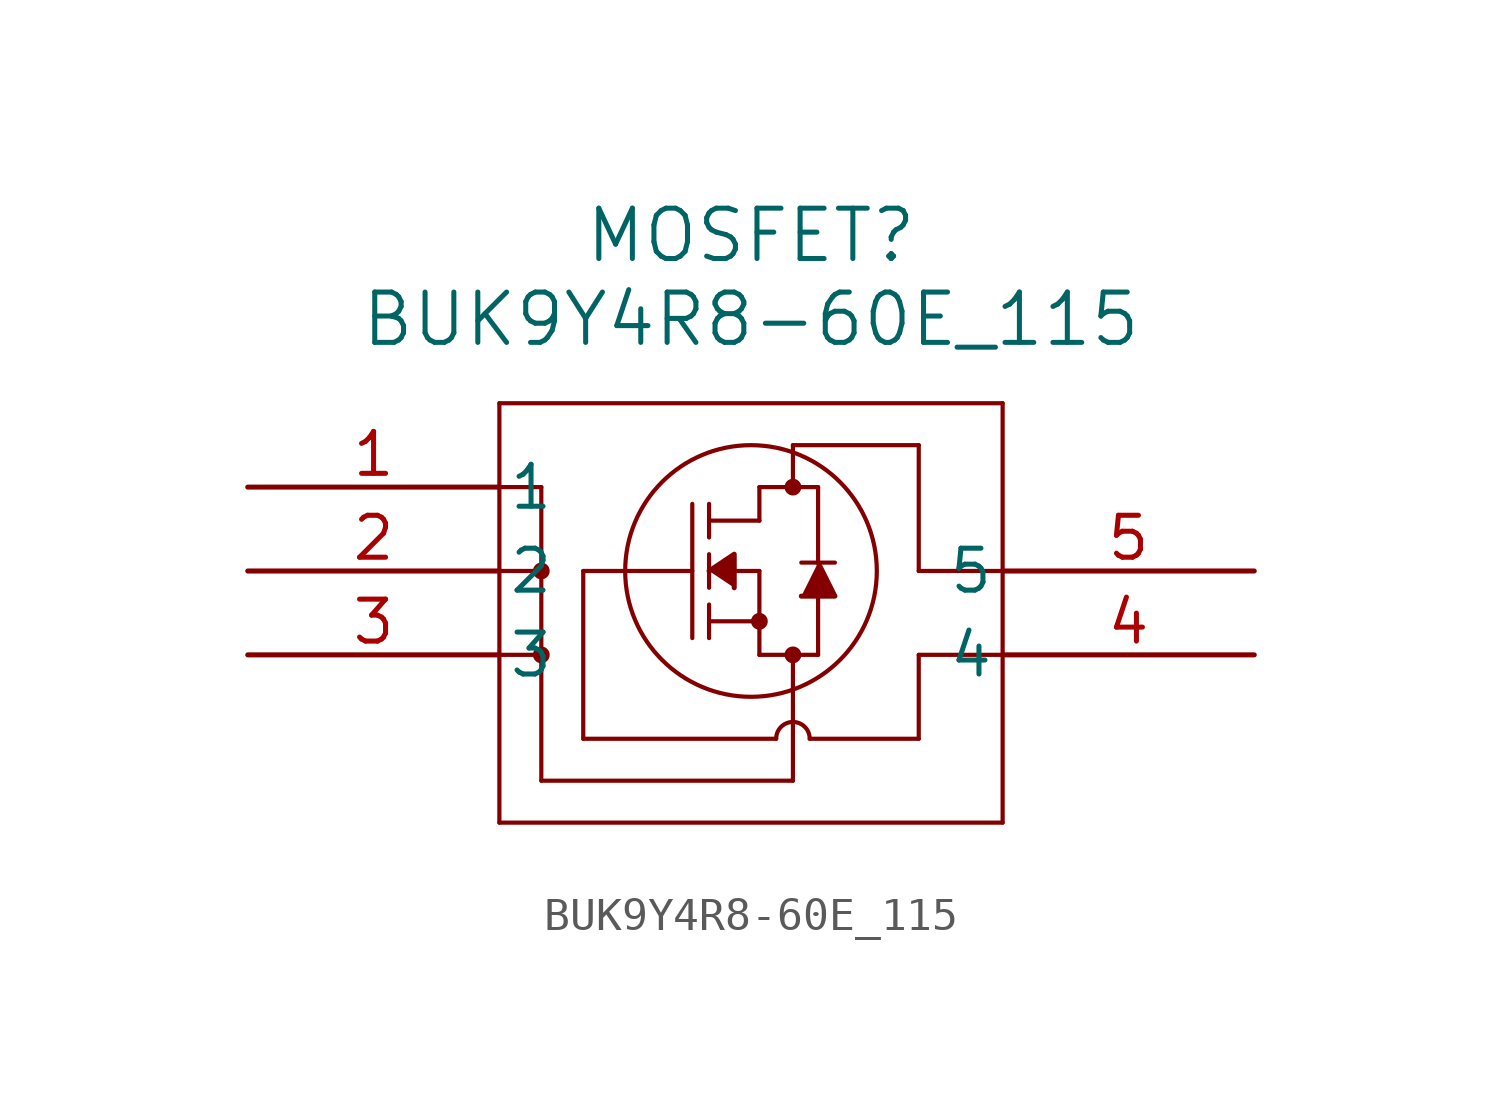
<source format=kicad_sym>
(kicad_symbol_lib
  (version 20211014)
  (generator kicad_symbol_editor)
  (symbol "BUK9Y4R8-60E_115"
    (pin_names
      (offset 0.254))
    (property "Reference" "MOSFET"
      (at 15.24 7.62 0)
      (effects (font (size 1.524 1.524))))
    (property "Value" "BUK9Y4R8-60E_115"
      (at 15.24 5.08 0)
      (effects (font (size 1.524 1.524))))
    (symbol "BUK9Y4R8-60E_115_0_1"
      (polyline (pts (xy 7.62 2.54) (xy 7.62 -10.16)) (stroke (width 0.127) (type default) (color 0 0 0 0)) (fill (type none)))
      (polyline (pts (xy 7.62 -10.16) (xy 22.86 -10.16)) (stroke (width 0.127) (type default) (color 0 0 0 0)) (fill (type none)))
      (polyline (pts (xy 22.86 -10.16) (xy 22.86 2.54)) (stroke (width 0.127) (type default) (color 0 0 0 0)) (fill (type none)))
      (polyline (pts (xy 22.86 2.54) (xy 7.62 2.54)) (stroke (width 0.127) (type default) (color 0 0 0 0)) (fill (type none)))
      (circle (center 15.24 -2.54) (radius 3.81) (stroke (width 0.127) (type default) (color 0 0 0 0)) (fill (type none)))
      (polyline (pts (xy 13.462 -0.508) (xy 13.462 -4.572)) (stroke (width 0.127) (type default) (color 0 0 0 0)) (fill (type none)))
      (polyline (pts (xy 13.97 -0.508) (xy 13.97 -1.524)) (stroke (width 0.127) (type default) (color 0 0 0 0)) (fill (type none)))
      (polyline (pts (xy 13.97 -2.032) (xy 13.97 -3.048)) (stroke (width 0.127) (type default) (color 0 0 0 0)) (fill (type none)))
      (polyline (pts (xy 13.97 -3.556) (xy 13.97 -4.572)) (stroke (width 0.127) (type default) (color 0 0 0 0)) (fill (type none)))
      (polyline (pts (xy 15.494 -2.54) (xy 14.732 -2.54)) (stroke (width 0.127) (type default) (color 0 0 0 0)) (fill (type none)))
      (polyline (pts (xy 13.97 -4.064) (xy 15.494 -4.064)) (stroke (width 0.127) (type default) (color 0 0 0 0)) (fill (type none)))
      (polyline (pts (xy 15.494 -2.54) (xy 15.494 -5.08)) (stroke (width 0.127) (type default) (color 0 0 0 0)) (fill (type none)))
      (polyline (pts (xy 15.494 -5.08) (xy 17.272 -5.08)) (stroke (width 0.127) (type default) (color 0 0 0 0)) (fill (type none)))
      (polyline (pts (xy 17.272 -5.08) (xy 17.272 -3.302)) (stroke (width 0.127) (type default) (color 0 0 0 0)) (fill (type none)))
      (polyline (pts (xy 17.78 -2.286) (xy 16.764 -2.286)) (stroke (width 0.127) (type default) (color 0 0 0 0)) (fill (type none)))
      (polyline (pts (xy 13.97 -1.016) (xy 15.494 -1.016)) (stroke (width 0.127) (type default) (color 0 0 0 0)) (fill (type none)))
      (polyline (pts (xy 15.494 0) (xy 15.494 -1.016)) (stroke (width 0.127) (type default) (color 0 0 0 0)) (fill (type none)))
      (polyline (pts (xy 15.494 0) (xy 17.272 0)) (stroke (width 0.127) (type default) (color 0 0 0 0)) (fill (type none)))
      (polyline (pts (xy 17.272 0) (xy 17.272 -2.286)) (stroke (width 0.127) (type default) (color 0 0 0 0)) (fill (type none)))
      (circle (center 16.51 0) (radius 0.127) (stroke (width 0.254) (type default) (color 0 0 0 0)) (fill (type none)))
      (circle (center 15.494 -4.064) (radius 0.127) (stroke (width 0.254) (type default) (color 0 0 0 0)) (fill (type none)))
      (circle (center 16.51 -5.08) (radius 0.127) (stroke (width 0.254) (type default) (color 0 0 0 0)) (fill (type none)))
      (polyline (pts (xy 16.51 1.27) (xy 16.51 0)) (stroke (width 0.127) (type default) (color 0 0 0 0)) (fill (type none)))
      (polyline (pts (xy 16.51 1.27) (xy 20.32 1.27)) (stroke (width 0.127) (type default) (color 0 0 0 0)) (fill (type none)))
      (polyline (pts (xy 20.32 1.27) (xy 20.32 -2.54)) (stroke (width 0.127) (type default) (color 0 0 0 0)) (fill (type none)))
      (polyline (pts (xy 22.86 -2.54) (xy 20.32 -2.54)) (stroke (width 0.127) (type default) (color 0 0 0 0)) (fill (type none)))
      (polyline (pts (xy 22.86 -5.08) (xy 20.32 -5.08)) (stroke (width 0.127) (type default) (color 0 0 0 0)) (fill (type none)))
      (polyline (pts (xy 20.32 -5.08) (xy 20.32 -7.62)) (stroke (width 0.127) (type default) (color 0 0 0 0)) (fill (type none)))
      (polyline (pts (xy 16.002 -7.62) (xy 10.16 -7.62)) (stroke (width 0.127) (type default) (color 0 0 0 0)) (fill (type none)))
      (polyline (pts (xy 10.16 -7.62) (xy 10.16 -2.54)) (stroke (width 0.127) (type default) (color 0 0 0 0)) (fill (type none)))
      (polyline (pts (xy 13.462 -2.54) (xy 10.16 -2.54)) (stroke (width 0.127) (type default) (color 0 0 0 0)) (fill (type none)))
      (polyline (pts (xy 16.51 -8.89) (xy 16.51 -5.08)) (stroke (width 0.127) (type default) (color 0 0 0 0)) (fill (type none)))
      (polyline (pts (xy 17.018 -7.62) (xy 20.32 -7.62)) (stroke (width 0.127) (type default) (color 0 0 0 0)) (fill (type none)))
      (polyline (pts (xy 7.62 0) (xy 8.89 0)) (stroke (width 0.127) (type default) (color 0 0 0 0)) (fill (type none)))
      (polyline (pts (xy 7.62 -2.54) (xy 8.89 -2.54)) (stroke (width 0.127) (type default) (color 0 0 0 0)) (fill (type none)))
      (polyline (pts (xy 7.62 -5.08) (xy 8.89 -5.08)) (stroke (width 0.127) (type default) (color 0 0 0 0)) (fill (type none)))
      (polyline (pts (xy 8.89 0) (xy 8.89 -8.89)) (stroke (width 0.127) (type default) (color 0 0 0 0)) (fill (type none)))
      (polyline (pts (xy 8.89 -8.89) (xy 16.51 -8.89)) (stroke (width 0.127) (type default) (color 0 0 0 0)) (fill (type none)))
      (arc (start 17.018 -7.62) (mid 16.51 -7.112) (end 16.002 -7.62) (stroke (width 0.127) (type default) (color 0 0 0 0)) (fill (type none)))
      (polyline (pts (xy 17.272 -2.286) (xy 17.78 -3.302) (xy 16.764 -3.302)) (stroke (width 0) (type default) (color 0 0 0 0)) (fill (type outline)))
      (polyline (pts (xy 13.97 -2.54) (xy 14.732 -2.032) (xy 14.732 -3.048)) (stroke (width 0) (type default) (color 0 0 0 0)) (fill (type outline)))
      (circle (center 8.89 -2.54) (radius 0.127) (stroke (width 0.254) (type default) (color 0 0 0 0)) (fill (type none)))
      (circle (center 8.89 -5.08) (radius 0.127) (stroke (width 0.254) (type default) (color 0 0 0 0)) (fill (type none)))
      (pin unspecified line (at 0 0 0) (length 7.62) (name "1" (effects (font (size 1.27 1.27)))) (number "1" (effects (font (size 1.27 1.27)))))
      (pin unspecified line (at 0 -2.54 0) (length 7.62) (name "2" (effects (font (size 1.27 1.27)))) (number "2" (effects (font (size 1.27 1.27)))))
      (pin unspecified line (at 0 -5.08 0) (length 7.62) (name "3" (effects (font (size 1.27 1.27)))) (number "3" (effects (font (size 1.27 1.27)))))
      (pin unspecified line (at 30.48 -5.08 180) (length 7.62) (name "4" (effects (font (size 1.27 1.27)))) (number "4" (effects (font (size 1.27 1.27)))))
      (pin unspecified line (at 30.48 -2.54 180) (length 7.62) (name "5" (effects (font (size 1.27 1.27)))) (number "5" (effects (font (size 1.27 1.27))))))))
</source>
